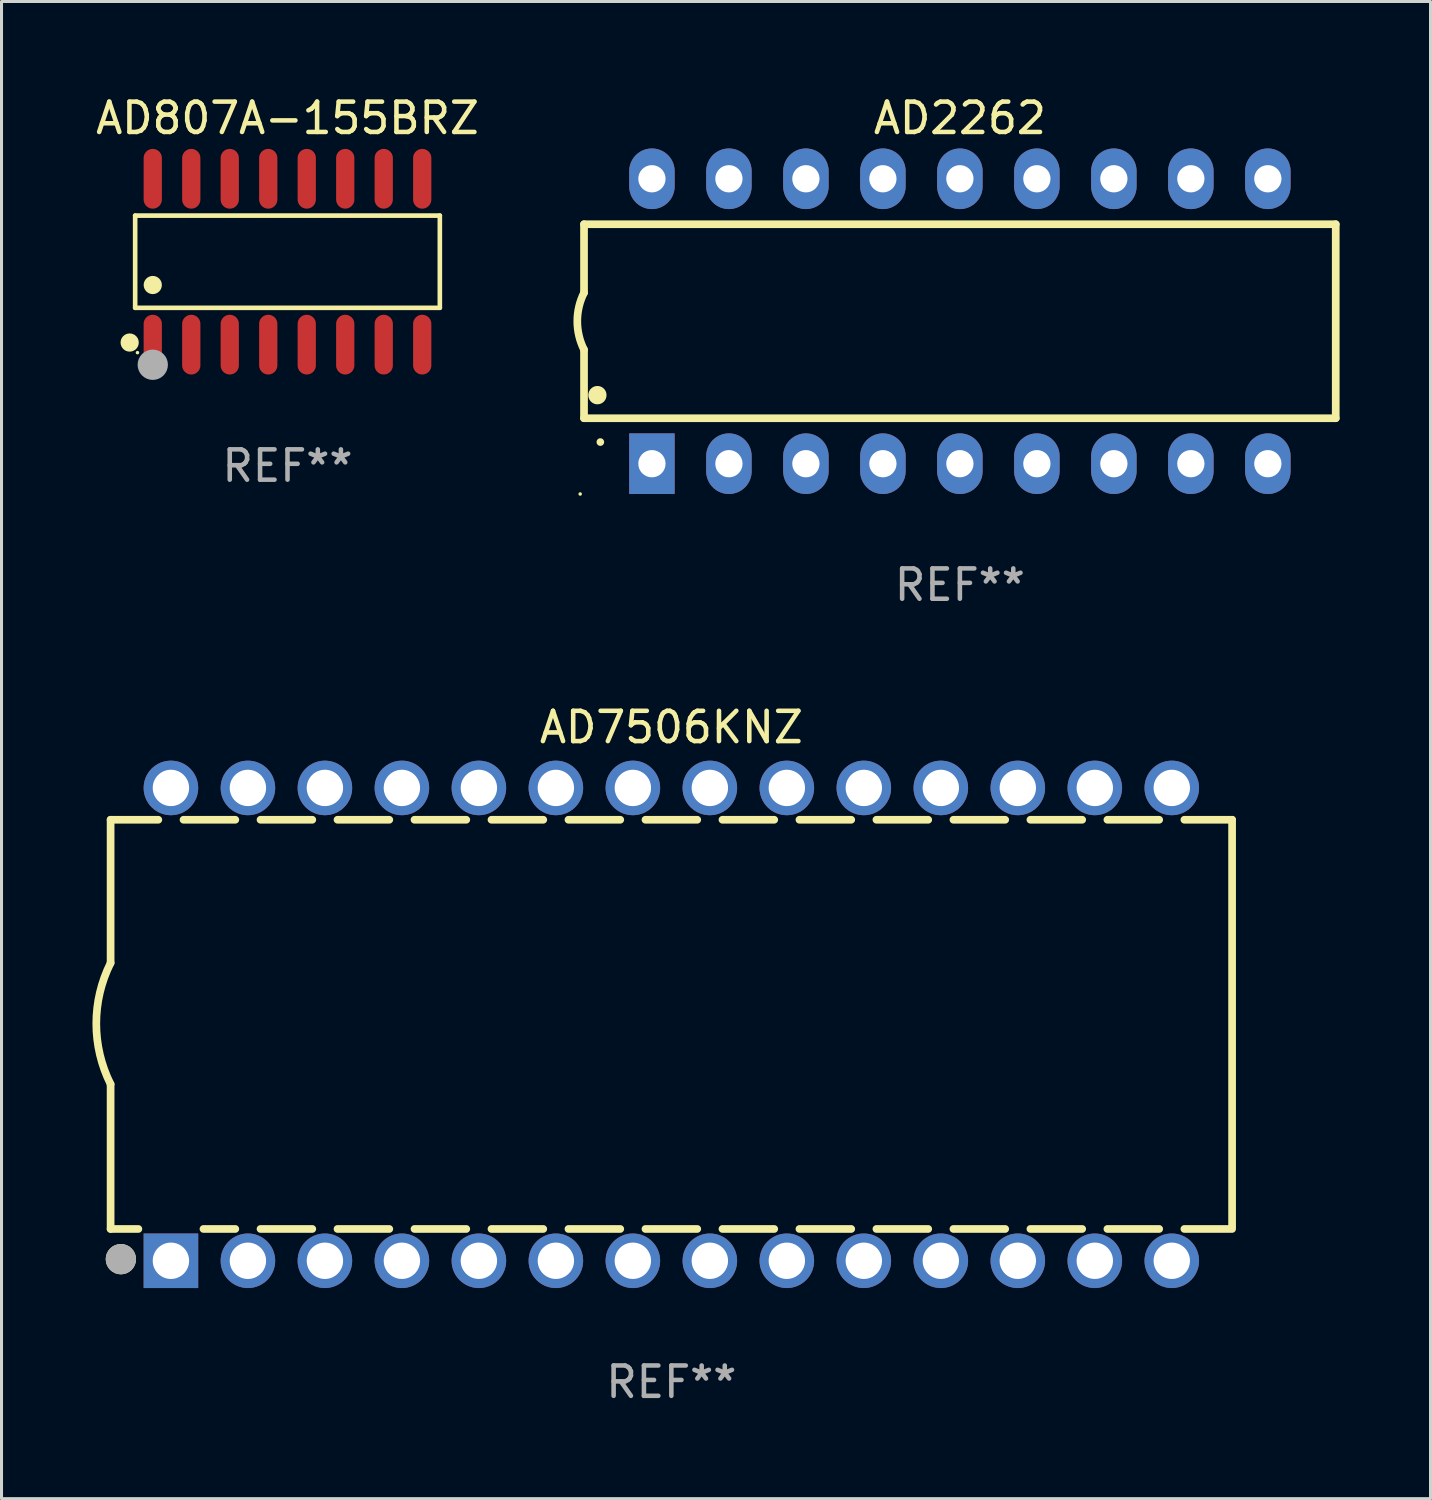
<source format=kicad_pcb>
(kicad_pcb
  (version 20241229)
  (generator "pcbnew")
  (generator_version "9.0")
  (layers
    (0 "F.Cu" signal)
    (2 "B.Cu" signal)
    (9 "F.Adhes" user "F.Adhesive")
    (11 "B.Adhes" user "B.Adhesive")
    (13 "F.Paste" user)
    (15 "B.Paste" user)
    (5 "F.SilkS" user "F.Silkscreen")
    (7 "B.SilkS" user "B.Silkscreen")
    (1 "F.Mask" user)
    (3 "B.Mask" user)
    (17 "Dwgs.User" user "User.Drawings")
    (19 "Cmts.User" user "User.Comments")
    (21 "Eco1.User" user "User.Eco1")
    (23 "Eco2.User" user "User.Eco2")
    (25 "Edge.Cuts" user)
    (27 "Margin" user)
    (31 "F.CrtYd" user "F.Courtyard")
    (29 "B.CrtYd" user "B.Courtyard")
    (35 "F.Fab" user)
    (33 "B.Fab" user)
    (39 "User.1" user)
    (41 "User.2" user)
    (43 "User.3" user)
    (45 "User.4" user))
  (footprint "AD7506KNZ"
    (layer "F.Cu")
    (at 19.099 30.745)
    (property "Reference" "AD7506KNZ" (at 0 -9.8 0) (layer "F.SilkS") (effects (font (size 1 1) (thickness 0.15))))
    (attr through_hole)
    (fp_line (start -18.5 -6.75) (end -18.5 -2.026) (stroke (width 0.254) (type solid)) (layer "F.SilkS"))
    (fp_line (start -18.5 -6.75) (end -16.926 -6.75) (stroke (width 0.254) (type solid)) (layer "F.SilkS"))
    (fp_line (start -18.5 6.75) (end -18.5 1.974) (stroke (width 0.254) (type solid)) (layer "F.SilkS"))
    (fp_line (start -18.5 6.75) (end -17.584 6.75) (stroke (width 0.254) (type solid)) (layer "F.SilkS"))
    (fp_line (start -16.094 -6.75) (end -14.386 -6.75) (stroke (width 0.254) (type solid)) (layer "F.SilkS"))
    (fp_line (start -15.436 6.75) (end -14.386 6.75) (stroke (width 0.254) (type solid)) (layer "F.SilkS"))
    (fp_line (start -13.554 -6.75) (end -11.846 -6.75) (stroke (width 0.254) (type solid)) (layer "F.SilkS"))
    (fp_line (start -13.554 6.75) (end -11.846 6.75) (stroke (width 0.254) (type solid)) (layer "F.SilkS"))
    (fp_line (start -11.014 -6.75) (end -9.306 -6.75) (stroke (width 0.254) (type solid)) (layer "F.SilkS"))
    (fp_line (start -11.014 6.75) (end -9.306 6.75) (stroke (width 0.254) (type solid)) (layer "F.SilkS"))
    (fp_line (start -8.474 -6.75) (end -6.766 -6.75) (stroke (width 0.254) (type solid)) (layer "F.SilkS"))
    (fp_line (start -8.474 6.75) (end -6.766 6.75) (stroke (width 0.254) (type solid)) (layer "F.SilkS"))
    (fp_line (start -5.934 -6.75) (end -4.226 -6.75) (stroke (width 0.254) (type solid)) (layer "F.SilkS"))
    (fp_line (start -5.934 6.75) (end -4.226 6.75) (stroke (width 0.254) (type solid)) (layer "F.SilkS"))
    (fp_line (start -3.394 -6.75) (end -1.686 -6.75) (stroke (width 0.254) (type solid)) (layer "F.SilkS"))
    (fp_line (start -3.394 6.75) (end -1.686 6.75) (stroke (width 0.254) (type solid)) (layer "F.SilkS"))
    (fp_line (start -0.854 -6.75) (end 0.854 -6.75) (stroke (width 0.254) (type solid)) (layer "F.SilkS"))
    (fp_line (start -0.854 6.75) (end 0.854 6.75) (stroke (width 0.254) (type solid)) (layer "F.SilkS"))
    (fp_line (start 1.686 -6.75) (end 3.394 -6.75) (stroke (width 0.254) (type solid)) (layer "F.SilkS"))
    (fp_line (start 1.686 6.75) (end 3.394 6.75) (stroke (width 0.254) (type solid)) (layer "F.SilkS"))
    (fp_line (start 4.226 -6.75) (end 5.934 -6.75) (stroke (width 0.254) (type solid)) (layer "F.SilkS"))
    (fp_line (start 4.226 6.75) (end 5.934 6.75) (stroke (width 0.254) (type solid)) (layer "F.SilkS"))
    (fp_line (start 6.766 -6.75) (end 8.474 -6.75) (stroke (width 0.254) (type solid)) (layer "F.SilkS"))
    (fp_line (start 6.766 6.75) (end 8.474 6.75) (stroke (width 0.254) (type solid)) (layer "F.SilkS"))
    (fp_line (start 9.306 -6.75) (end 11.014 -6.75) (stroke (width 0.254) (type solid)) (layer "F.SilkS"))
    (fp_line (start 9.306 6.75) (end 11.014 6.75) (stroke (width 0.254) (type solid)) (layer "F.SilkS"))
    (fp_line (start 11.846 -6.75) (end 13.554 -6.75) (stroke (width 0.254) (type solid)) (layer "F.SilkS"))
    (fp_line (start 11.846 6.75) (end 13.554 6.75) (stroke (width 0.254) (type solid)) (layer "F.SilkS"))
    (fp_line (start 14.386 -6.75) (end 16.094 -6.75) (stroke (width 0.254) (type solid)) (layer "F.SilkS"))
    (fp_line (start 14.386 6.75) (end 16.094 6.75) (stroke (width 0.254) (type solid)) (layer "F.SilkS"))
    (fp_line (start 16.926 -6.75) (end 18.5 -6.75) (stroke (width 0.254) (type solid)) (layer "F.SilkS"))
    (fp_line (start 16.926 6.75) (end 18.415 6.75) (stroke (width 0.254) (type solid)) (layer "F.SilkS"))
    (fp_line (start 18.5 6.75) (end 18.5 -6.75) (stroke (width 0.254) (type solid)) (layer "F.SilkS"))
    (fp_arc (start -18.500051 1.974384) (mid -18.972187 -0.025616) (end -18.500051 -2.025616) (stroke (width 0.254001) (type solid)) (layer "F.SilkS"))
    (fp_circle (center -18.5 7.8) (end -18.47 7.8) (stroke (width 0.06) (type solid)) (fill no) (layer "F.SilkS"))
    (fp_circle (center -18.161 7.747) (end -17.911 7.747) (stroke (width 0.5) (type solid)) (fill no) (layer "F.SilkS"))
    (fp_circle (center -18.161 7.747) (end -17.911 7.747) (stroke (width 0.5) (type solid)) (fill no) (layer "F.Fab"))
    (fp_text user "REF**" (at 0 11.8 0) (layer "F.Fab") (effects (font (size 1 1) (thickness 0.15))))
    (pad "1" thru_hole rect (at -16.51 7.8) (size 1.8 1.8) (drill 1.2) (layers "*.Cu" "*.Mask"))
    (pad "2" thru_hole circle (at -13.97 7.8) (size 1.8 1.8) (drill 1.2) (layers "*.Cu" "*.Mask"))
    (pad "3" thru_hole circle (at -11.43 7.8) (size 1.8 1.8) (drill 1.2) (layers "*.Cu" "*.Mask"))
    (pad "4" thru_hole circle (at -8.89 7.8) (size 1.8 1.8) (drill 1.2) (layers "*.Cu" "*.Mask"))
    (pad "5" thru_hole circle (at -6.35 7.8) (size 1.8 1.8) (drill 1.2) (layers "*.Cu" "*.Mask"))
    (pad "6" thru_hole circle (at -3.81 7.8) (size 1.8 1.8) (drill 1.2) (layers "*.Cu" "*.Mask"))
    (pad "7" thru_hole circle (at -1.27 7.8) (size 1.8 1.8) (drill 1.2) (layers "*.Cu" "*.Mask"))
    (pad "8" thru_hole circle (at 1.27 7.8) (size 1.8 1.8) (drill 1.2) (layers "*.Cu" "*.Mask"))
    (pad "9" thru_hole circle (at 3.81 7.8) (size 1.8 1.8) (drill 1.2) (layers "*.Cu" "*.Mask"))
    (pad "10" thru_hole circle (at 6.35 7.8) (size 1.8 1.8) (drill 1.2) (layers "*.Cu" "*.Mask"))
    (pad "11" thru_hole circle (at 8.89 7.8) (size 1.8 1.8) (drill 1.2) (layers "*.Cu" "*.Mask"))
    (pad "12" thru_hole circle (at 11.43 7.8) (size 1.8 1.8) (drill 1.2) (layers "*.Cu" "*.Mask"))
    (pad "13" thru_hole circle (at 13.97 7.8) (size 1.8 1.8) (drill 1.2) (layers "*.Cu" "*.Mask"))
    (pad "14" thru_hole circle (at 16.51 7.8) (size 1.8 1.8) (drill 1.2) (layers "*.Cu" "*.Mask"))
    (pad "15" thru_hole circle (at 16.51 -7.8) (size 1.8 1.8) (drill 1.2) (layers "*.Cu" "*.Mask"))
    (pad "16" thru_hole circle (at 13.97 -7.8) (size 1.8 1.8) (drill 1.2) (layers "*.Cu" "*.Mask"))
    (pad "17" thru_hole circle (at 11.43 -7.8) (size 1.8 1.8) (drill 1.2) (layers "*.Cu" "*.Mask"))
    (pad "18" thru_hole circle (at 8.89 -7.8) (size 1.8 1.8) (drill 1.2) (layers "*.Cu" "*.Mask"))
    (pad "19" thru_hole circle (at 6.35 -7.8) (size 1.8 1.8) (drill 1.2) (layers "*.Cu" "*.Mask"))
    (pad "20" thru_hole circle (at 3.81 -7.8) (size 1.8 1.8) (drill 1.2) (layers "*.Cu" "*.Mask"))
    (pad "21" thru_hole circle (at 1.27 -7.8) (size 1.8 1.8) (drill 1.2) (layers "*.Cu" "*.Mask"))
    (pad "22" thru_hole circle (at -1.27 -7.8) (size 1.8 1.8) (drill 1.2) (layers "*.Cu" "*.Mask"))
    (pad "23" thru_hole circle (at -3.81 -7.8) (size 1.8 1.8) (drill 1.2) (layers "*.Cu" "*.Mask"))
    (pad "24" thru_hole circle (at -6.35 -7.8) (size 1.8 1.8) (drill 1.2) (layers "*.Cu" "*.Mask"))
    (pad "25" thru_hole circle (at -8.89 -7.8) (size 1.8 1.8) (drill 1.2) (layers "*.Cu" "*.Mask"))
    (pad "26" thru_hole circle (at -11.43 -7.8) (size 1.8 1.8) (drill 1.2) (layers "*.Cu" "*.Mask"))
    (pad "27" thru_hole circle (at -13.97 -7.8) (size 1.8 1.8) (drill 1.2) (layers "*.Cu" "*.Mask"))
    (pad "28" thru_hole circle (at -16.51 -7.8) (size 1.8 1.8) (drill 1.2) (layers "*.Cu" "*.Mask")))
  (footprint "AD807A-155BRZ"
    (layer "F.Cu")
    (at 6.435 5.584)
    (property "Reference" "AD807A-155BRZ" (at 0 -4.736 0) (layer "F.SilkS") (effects (font (size 1 1) (thickness 0.15))))
    (attr through_hole)
    (fp_line (start -5.026 -1.521) (end 5.026 -1.521) (stroke (width 0.152) (type solid)) (layer "F.SilkS"))
    (fp_line (start -5.026 1.521) (end -5.026 -1.521) (stroke (width 0.152) (type solid)) (layer "F.SilkS"))
    (fp_line (start 5.026 -1.521) (end 5.026 1.521) (stroke (width 0.152) (type solid)) (layer "F.SilkS"))
    (fp_line (start 5.026 1.521) (end -5.026 1.521) (stroke (width 0.152) (type solid)) (layer "F.SilkS"))
    (fp_circle (center -5.207 2.667) (end -5.057 2.667) (stroke (width 0.3) (type solid)) (fill no) (layer "F.SilkS"))
    (fp_circle (center -4.95 3) (end -4.92 3) (stroke (width 0.06) (type solid)) (fill no) (layer "F.SilkS"))
    (fp_circle (center -4.445 0.769) (end -4.295 0.769) (stroke (width 0.3) (type solid)) (fill no) (layer "F.SilkS"))
    (fp_circle (center -4.445 3.4) (end -4.195 3.4) (stroke (width 0.5) (type solid)) (fill no) (layer "F.Fab"))
    (fp_text user "REF**" (at 0 6.736 0) (layer "F.Fab") (effects (font (size 1 1) (thickness 0.15))))
    (pad "1" smd oval (at -4.445 2.736) (size 0.602 1.971) (layers "F.Cu" "F.Mask" "F.Paste"))
    (pad "2" smd oval (at -3.175 2.736) (size 0.602 1.971) (layers "F.Cu" "F.Mask" "F.Paste"))
    (pad "3" smd oval (at -1.905 2.736) (size 0.602 1.971) (layers "F.Cu" "F.Mask" "F.Paste"))
    (pad "4" smd oval (at -0.635 2.736) (size 0.602 1.971) (layers "F.Cu" "F.Mask" "F.Paste"))
    (pad "5" smd oval (at 0.635 2.736) (size 0.602 1.971) (layers "F.Cu" "F.Mask" "F.Paste"))
    (pad "6" smd oval (at 1.905 2.736) (size 0.602 1.971) (layers "F.Cu" "F.Mask" "F.Paste"))
    (pad "7" smd oval (at 3.175 2.736) (size 0.602 1.971) (layers "F.Cu" "F.Mask" "F.Paste"))
    (pad "8" smd oval (at 4.445 2.736) (size 0.602 1.971) (layers "F.Cu" "F.Mask" "F.Paste"))
    (pad "9" smd oval (at 4.445 -2.736) (size 0.602 1.971) (layers "F.Cu" "F.Mask" "F.Paste"))
    (pad "10" smd oval (at 3.175 -2.736) (size 0.602 1.971) (layers "F.Cu" "F.Mask" "F.Paste"))
    (pad "11" smd oval (at 1.905 -2.736) (size 0.602 1.971) (layers "F.Cu" "F.Mask" "F.Paste"))
    (pad "12" smd oval (at 0.635 -2.736) (size 0.602 1.971) (layers "F.Cu" "F.Mask" "F.Paste"))
    (pad "13" smd oval (at -0.635 -2.736) (size 0.602 1.971) (layers "F.Cu" "F.Mask" "F.Paste"))
    (pad "14" smd oval (at -1.905 -2.736) (size 0.602 1.971) (layers "F.Cu" "F.Mask" "F.Paste"))
    (pad "15" smd oval (at -3.175 -2.736) (size 0.602 1.971) (layers "F.Cu" "F.Mask" "F.Paste"))
    (pad "16" smd oval (at -4.445 -2.736) (size 0.602 1.971) (layers "F.Cu" "F.Mask" "F.Paste")))
  (footprint "AD2262"
    (layer "F.Cu")
    (at 28.618 7.548)
    (property "Reference" "AD2262" (at 0 -6.7 0) (layer "F.SilkS") (effects (font (size 1 1) (thickness 0.15))))
    (attr through_hole)
    (fp_line (start -12.4 -3.2) (end -12.4 -0.94) (stroke (width 0.254) (type solid)) (layer "F.SilkS"))
    (fp_line (start -12.4 -3.2) (end 12.4 -3.2) (stroke (width 0.254) (type solid)) (layer "F.SilkS"))
    (fp_line (start -12.4 3.2) (end -12.4 0.94) (stroke (width 0.254) (type solid)) (layer "F.SilkS"))
    (fp_line (start -12.4 3.2) (end 12.4 3.2) (stroke (width 0.254) (type solid)) (layer "F.SilkS"))
    (fp_line (start 12.4 -3.2) (end 12.4 3.2) (stroke (width 0.254) (type solid)) (layer "F.SilkS"))
    (fp_arc (start -12.400305 0.938531) (mid -12.621952 -0.000821) (end -12.400025 -0.940107) (stroke (width 0.254001) (type solid)) (layer "F.SilkS"))
    (fp_arc (start -11.958623 2.440843) (mid -11.958634 2.438303) (end -11.958623 2.435763) (stroke (width 0.6) (type solid)) (layer "F.SilkS"))
    (fp_arc (start -11.861824 3.987706) (mid -11.861831 3.986436) (end -11.861824 3.985166) (stroke (width 0.25) (type solid)) (layer "F.SilkS"))
    (fp_circle (center -12.527 5.7) (end -12.497 5.7) (stroke (width 0.06) (type solid)) (fill no) (layer "F.SilkS"))
    (fp_text user "REF**" (at 0 8.7 0) (layer "F.Fab") (effects (font (size 1 1) (thickness 0.15))))
    (pad "1" thru_hole rect (at -10.16 4.7 90) (size 2 1.5) (drill 0.9) (layers "*.Cu" "*.Mask"))
    (pad "2" thru_hole oval (at -7.62 4.7 90) (size 2 1.5) (drill 0.9) (layers "*.Cu" "*.Mask"))
    (pad "3" thru_hole oval (at -5.08 4.7 90) (size 2 1.5) (drill 0.9) (layers "*.Cu" "*.Mask"))
    (pad "4" thru_hole oval (at -2.54 4.7 90) (size 2 1.5) (drill 0.9) (layers "*.Cu" "*.Mask"))
    (pad "5" thru_hole oval (at 0 4.7 90) (size 2 1.5) (drill 0.9) (layers "*.Cu" "*.Mask"))
    (pad "6" thru_hole oval (at 2.54 4.7 90) (size 2 1.5) (drill 0.9) (layers "*.Cu" "*.Mask"))
    (pad "7" thru_hole oval (at 5.08 4.7 90) (size 2 1.5) (drill 0.9) (layers "*.Cu" "*.Mask"))
    (pad "8" thru_hole oval (at 7.62 4.7 90) (size 2 1.5) (drill 0.9) (layers "*.Cu" "*.Mask"))
    (pad "9" thru_hole oval (at 10.16 4.7 90) (size 2 1.5) (drill 0.9) (layers "*.Cu" "*.Mask"))
    (pad "10" thru_hole oval (at 10.16 -4.7 90) (size 2 1.5) (drill 0.9) (layers "*.Cu" "*.Mask"))
    (pad "11" thru_hole oval (at 7.62 -4.7 90) (size 2 1.5) (drill 0.9) (layers "*.Cu" "*.Mask"))
    (pad "12" thru_hole oval (at 5.08 -4.7 90) (size 2 1.5) (drill 0.9) (layers "*.Cu" "*.Mask"))
    (pad "13" thru_hole oval (at 2.54 -4.7 90) (size 2 1.5) (drill 0.9) (layers "*.Cu" "*.Mask"))
    (pad "14" thru_hole oval (at 0 -4.7 90) (size 2 1.5) (drill 0.9) (layers "*.Cu" "*.Mask"))
    (pad "15" thru_hole oval (at -2.54 -4.7 90) (size 2 1.5) (drill 0.9) (layers "*.Cu" "*.Mask"))
    (pad "16" thru_hole oval (at -5.08 -4.7 90) (size 2 1.5) (drill 0.9) (layers "*.Cu" "*.Mask"))
    (pad "17" thru_hole oval (at -7.62 -4.7 90) (size 2 1.5) (drill 0.9) (layers "*.Cu" "*.Mask"))
    (pad "18" thru_hole oval (at -10.16 -4.7 90) (size 2 1.5) (drill 0.9) (layers "*.Cu" "*.Mask")))
  (gr_rect
    (start -3 -3)
    (end 44.145 46.393)
    (stroke (width 0.1) (type default))
    (fill no)
    (layer "Edge.Cuts")))
</source>
